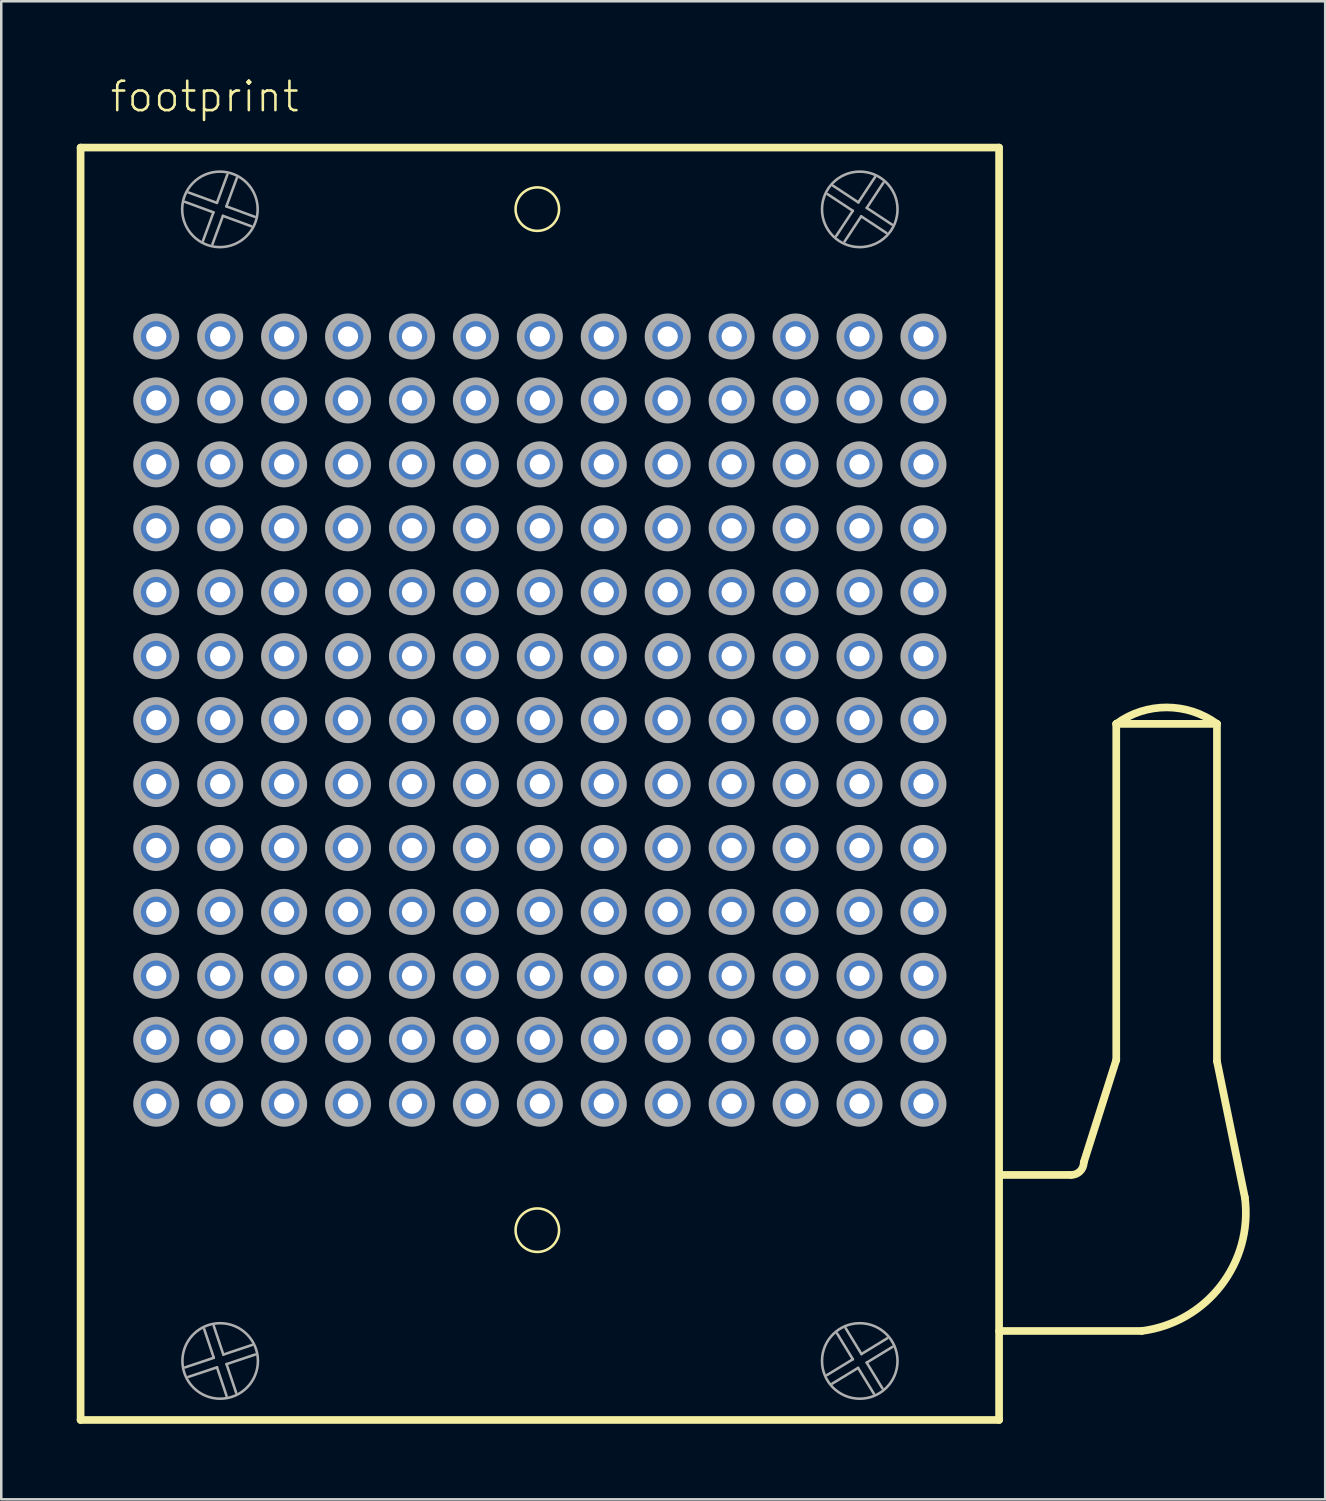
<source format=kicad_pcb>
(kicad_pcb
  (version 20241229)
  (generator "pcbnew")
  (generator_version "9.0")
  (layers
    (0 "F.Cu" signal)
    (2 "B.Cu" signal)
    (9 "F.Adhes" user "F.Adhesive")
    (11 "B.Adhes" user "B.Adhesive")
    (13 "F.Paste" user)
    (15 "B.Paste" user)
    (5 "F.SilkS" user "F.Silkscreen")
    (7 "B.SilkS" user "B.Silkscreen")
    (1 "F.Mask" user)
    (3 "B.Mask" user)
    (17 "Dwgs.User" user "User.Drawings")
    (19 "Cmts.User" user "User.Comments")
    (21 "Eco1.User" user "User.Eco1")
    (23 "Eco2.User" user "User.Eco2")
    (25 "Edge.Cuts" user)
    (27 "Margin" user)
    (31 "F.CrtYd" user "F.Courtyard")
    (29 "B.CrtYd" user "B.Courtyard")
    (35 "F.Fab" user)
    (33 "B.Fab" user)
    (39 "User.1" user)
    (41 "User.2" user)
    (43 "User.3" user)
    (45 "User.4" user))
  (footprint "footprint"
    (layer "F.Cu")
    (at 18.397 25.558)
    (property "Reference" "footprint" (at -17.135 -24.085 0) (layer "F.SilkS") (effects (font (size 1.168 1.168) (thickness 0.102)) (justify left bottom)))
    (fp_line (start -18.245 -22.745) (end 18.245 -22.745) (stroke (width 0.305) (type solid)) (layer "F.SilkS"))
    (fp_line (start -18.245 27.805) (end -18.245 -22.745) (stroke (width 0.305) (type solid)) (layer "F.SilkS"))
    (fp_line (start 18.245 -22.745) (end 18.245 27.805) (stroke (width 0.305) (type solid)) (layer "F.SilkS"))
    (fp_line (start 18.245 27.805) (end -18.245 27.805) (stroke (width 0.305) (type solid)) (layer "F.SilkS"))
    (fp_line (start 21.11 18.07) (end 18.346 18.07) (stroke (width 0.305) (type solid)) (layer "F.SilkS"))
    (fp_line (start 21.61 17.57) (end 22.9 13.5) (stroke (width 0.305) (type solid)) (layer "F.SilkS"))
    (fp_line (start 22.9 0.15) (end 26.9 0.15) (stroke (width 0.305) (type solid)) (layer "F.SilkS"))
    (fp_line (start 22.9 13.5) (end 22.9 0.15) (stroke (width 0.305) (type solid)) (layer "F.SilkS"))
    (fp_line (start 23.91 24.27) (end 18.246 24.27) (stroke (width 0.305) (type solid)) (layer "F.SilkS"))
    (fp_line (start 26.9 0.15) (end 26.9 13.55) (stroke (width 0.305) (type solid)) (layer "F.SilkS"))
    (fp_line (start 26.9 13.55) (end 28.01 18.97) (stroke (width 0.305) (type solid)) (layer "F.SilkS"))
    (fp_arc (start 21.61 17.57) (mid 21.463553 17.923553) (end 21.11 18.07) (stroke (width 0.3048) (type solid)) (layer "F.SilkS"))
    (fp_arc (start 22.9 0.15) (mid 24.9 -0.503325) (end 26.9 0.15) (stroke (width 0.3048) (type solid)) (layer "F.SilkS"))
    (fp_arc (start 28.01 18.97) (mid 27.057666 22.469138) (end 23.91 24.27) (stroke (width 0.3048) (type solid)) (layer "F.SilkS"))
    (fp_circle (center -0.1 -20.3) (end 0.764 -20.3) (stroke (width 0.102) (type solid)) (fill no) (layer "F.SilkS"))
    (fp_circle (center -0.1 20.265) (end 0.764 20.265) (stroke (width 0.102) (type solid)) (fill no) (layer "F.SilkS"))
    (fp_line (start -14.091 25.715) (end -12.953 25.334) (stroke (width 0.102) (type solid)) (layer "F.Fab"))
    (fp_line (start -13.955 -20.961) (end -12.829 -20.547) (stroke (width 0.102) (type solid)) (layer "F.Fab"))
    (fp_line (start -13.381 -19.045) (end -12.967 -20.171) (stroke (width 0.102) (type solid)) (layer "F.Fab"))
    (fp_line (start -12.967 -20.171) (end -14.093 -20.586) (stroke (width 0.102) (type solid)) (layer "F.Fab"))
    (fp_line (start -12.954 24.069) (end -12.574 25.207) (stroke (width 0.102) (type solid)) (layer "F.Fab"))
    (fp_line (start -12.953 25.334) (end -13.334 24.196) (stroke (width 0.102) (type solid)) (layer "F.Fab"))
    (fp_line (start -12.829 -20.547) (end -12.414 -21.673) (stroke (width 0.102) (type solid)) (layer "F.Fab"))
    (fp_line (start -12.826 25.713) (end -13.964 26.094) (stroke (width 0.102) (type solid)) (layer "F.Fab"))
    (fp_line (start -12.591 -20.033) (end -13.006 -18.907) (stroke (width 0.102) (type solid)) (layer "F.Fab"))
    (fp_line (start -12.574 25.207) (end -11.436 24.826) (stroke (width 0.102) (type solid)) (layer "F.Fab"))
    (fp_line (start -12.453 -20.409) (end -11.327 -19.994) (stroke (width 0.102) (type solid)) (layer "F.Fab"))
    (fp_line (start -12.447 25.586) (end -12.066 26.724) (stroke (width 0.102) (type solid)) (layer "F.Fab"))
    (fp_line (start -12.445 26.851) (end -12.826 25.713) (stroke (width 0.102) (type solid)) (layer "F.Fab"))
    (fp_line (start -12.039 -21.535) (end -12.453 -20.409) (stroke (width 0.102) (type solid)) (layer "F.Fab"))
    (fp_line (start -11.465 -19.619) (end -12.591 -20.033) (stroke (width 0.102) (type solid)) (layer "F.Fab"))
    (fp_line (start -11.309 25.205) (end -12.447 25.586) (stroke (width 0.102) (type solid)) (layer "F.Fab"))
    (fp_line (start 11.411 26.019) (end 12.435 25.393) (stroke (width 0.102) (type solid)) (layer "F.Fab"))
    (fp_line (start 11.651 -21.228) (end 12.653 -20.567) (stroke (width 0.102) (type solid)) (layer "F.Fab"))
    (fp_line (start 11.772 -19.231) (end 12.433 -20.233) (stroke (width 0.102) (type solid)) (layer "F.Fab"))
    (fp_line (start 12.151 24.161) (end 12.777 25.185) (stroke (width 0.102) (type solid)) (layer "F.Fab"))
    (fp_line (start 12.433 -20.233) (end 11.431 -20.894) (stroke (width 0.102) (type solid)) (layer "F.Fab"))
    (fp_line (start 12.435 25.393) (end 11.81 24.369) (stroke (width 0.102) (type solid)) (layer "F.Fab"))
    (fp_line (start 12.643 25.735) (end 11.619 26.36) (stroke (width 0.102) (type solid)) (layer "F.Fab"))
    (fp_line (start 12.653 -20.567) (end 13.314 -21.569) (stroke (width 0.102) (type solid)) (layer "F.Fab"))
    (fp_line (start 12.767 -20.013) (end 12.106 -19.011) (stroke (width 0.102) (type solid)) (layer "F.Fab"))
    (fp_line (start 12.777 25.185) (end 13.801 24.56) (stroke (width 0.102) (type solid)) (layer "F.Fab"))
    (fp_line (start 12.985 25.526) (end 13.61 26.551) (stroke (width 0.102) (type solid)) (layer "F.Fab"))
    (fp_line (start 12.987 -20.347) (end 13.989 -19.686) (stroke (width 0.102) (type solid)) (layer "F.Fab"))
    (fp_line (start 13.269 26.759) (end 12.643 25.735) (stroke (width 0.102) (type solid)) (layer "F.Fab"))
    (fp_line (start 13.648 -21.349) (end 12.987 -20.347) (stroke (width 0.102) (type solid)) (layer "F.Fab"))
    (fp_line (start 13.769 -19.352) (end 12.767 -20.013) (stroke (width 0.102) (type solid)) (layer "F.Fab"))
    (fp_line (start 14.009 24.901) (end 12.985 25.526) (stroke (width 0.102) (type solid)) (layer "F.Fab"))
    (fp_circle (center -15.24 -15.24) (end -14.478 -15.24) (stroke (width 0.305) (type solid)) (fill no) (layer "F.Fab"))
    (fp_circle (center -15.24 -12.7) (end -14.478 -12.7) (stroke (width 0.305) (type solid)) (fill no) (layer "F.Fab"))
    (fp_circle (center -15.24 -10.16) (end -14.478 -10.16) (stroke (width 0.305) (type solid)) (fill no) (layer "F.Fab"))
    (fp_circle (center -15.24 -7.62) (end -14.478 -7.62) (stroke (width 0.305) (type solid)) (fill no) (layer "F.Fab"))
    (fp_circle (center -15.24 -5.08) (end -14.478 -5.08) (stroke (width 0.305) (type solid)) (fill no) (layer "F.Fab"))
    (fp_circle (center -15.24 -2.54) (end -14.478 -2.54) (stroke (width 0.305) (type solid)) (fill no) (layer "F.Fab"))
    (fp_circle (center -15.24 0) (end -14.478 0) (stroke (width 0.305) (type solid)) (fill no) (layer "F.Fab"))
    (fp_circle (center -15.24 2.54) (end -14.478 2.54) (stroke (width 0.305) (type solid)) (fill no) (layer "F.Fab"))
    (fp_circle (center -15.24 5.08) (end -14.478 5.08) (stroke (width 0.305) (type solid)) (fill no) (layer "F.Fab"))
    (fp_circle (center -15.24 7.62) (end -14.478 7.62) (stroke (width 0.305) (type solid)) (fill no) (layer "F.Fab"))
    (fp_circle (center -15.24 10.16) (end -14.478 10.16) (stroke (width 0.305) (type solid)) (fill no) (layer "F.Fab"))
    (fp_circle (center -15.24 12.7) (end -14.478 12.7) (stroke (width 0.305) (type solid)) (fill no) (layer "F.Fab"))
    (fp_circle (center -15.24 15.24) (end -14.478 15.24) (stroke (width 0.305) (type solid)) (fill no) (layer "F.Fab"))
    (fp_circle (center -12.71 -20.29) (end -11.21 -20.29) (stroke (width 0.102) (type solid)) (fill no) (layer "F.Fab"))
    (fp_circle (center -12.7 -15.24) (end -11.938 -15.24) (stroke (width 0.305) (type solid)) (fill no) (layer "F.Fab"))
    (fp_circle (center -12.7 -12.7) (end -11.938 -12.7) (stroke (width 0.305) (type solid)) (fill no) (layer "F.Fab"))
    (fp_circle (center -12.7 -10.16) (end -11.938 -10.16) (stroke (width 0.305) (type solid)) (fill no) (layer "F.Fab"))
    (fp_circle (center -12.7 -7.62) (end -11.938 -7.62) (stroke (width 0.305) (type solid)) (fill no) (layer "F.Fab"))
    (fp_circle (center -12.7 -5.08) (end -11.938 -5.08) (stroke (width 0.305) (type solid)) (fill no) (layer "F.Fab"))
    (fp_circle (center -12.7 -2.54) (end -11.938 -2.54) (stroke (width 0.305) (type solid)) (fill no) (layer "F.Fab"))
    (fp_circle (center -12.7 0) (end -11.938 0) (stroke (width 0.305) (type solid)) (fill no) (layer "F.Fab"))
    (fp_circle (center -12.7 2.54) (end -11.938 2.54) (stroke (width 0.305) (type solid)) (fill no) (layer "F.Fab"))
    (fp_circle (center -12.7 5.08) (end -11.938 5.08) (stroke (width 0.305) (type solid)) (fill no) (layer "F.Fab"))
    (fp_circle (center -12.7 7.62) (end -11.938 7.62) (stroke (width 0.305) (type solid)) (fill no) (layer "F.Fab"))
    (fp_circle (center -12.7 10.16) (end -11.938 10.16) (stroke (width 0.305) (type solid)) (fill no) (layer "F.Fab"))
    (fp_circle (center -12.7 12.7) (end -11.938 12.7) (stroke (width 0.305) (type solid)) (fill no) (layer "F.Fab"))
    (fp_circle (center -12.7 15.24) (end -11.938 15.24) (stroke (width 0.305) (type solid)) (fill no) (layer "F.Fab"))
    (fp_circle (center -12.7 25.46) (end -11.2 25.46) (stroke (width 0.102) (type solid)) (fill no) (layer "F.Fab"))
    (fp_circle (center -10.16 -15.24) (end -9.398 -15.24) (stroke (width 0.305) (type solid)) (fill no) (layer "F.Fab"))
    (fp_circle (center -10.16 -12.7) (end -9.398 -12.7) (stroke (width 0.305) (type solid)) (fill no) (layer "F.Fab"))
    (fp_circle (center -10.16 -10.16) (end -9.398 -10.16) (stroke (width 0.305) (type solid)) (fill no) (layer "F.Fab"))
    (fp_circle (center -10.16 -7.62) (end -9.398 -7.62) (stroke (width 0.305) (type solid)) (fill no) (layer "F.Fab"))
    (fp_circle (center -10.16 -5.08) (end -9.398 -5.08) (stroke (width 0.305) (type solid)) (fill no) (layer "F.Fab"))
    (fp_circle (center -10.16 -2.54) (end -9.398 -2.54) (stroke (width 0.305) (type solid)) (fill no) (layer "F.Fab"))
    (fp_circle (center -10.16 0) (end -9.398 0) (stroke (width 0.305) (type solid)) (fill no) (layer "F.Fab"))
    (fp_circle (center -10.16 2.54) (end -9.398 2.54) (stroke (width 0.305) (type solid)) (fill no) (layer "F.Fab"))
    (fp_circle (center -10.16 5.08) (end -9.398 5.08) (stroke (width 0.305) (type solid)) (fill no) (layer "F.Fab"))
    (fp_circle (center -10.16 7.62) (end -9.398 7.62) (stroke (width 0.305) (type solid)) (fill no) (layer "F.Fab"))
    (fp_circle (center -10.16 10.16) (end -9.398 10.16) (stroke (width 0.305) (type solid)) (fill no) (layer "F.Fab"))
    (fp_circle (center -10.16 12.7) (end -9.398 12.7) (stroke (width 0.305) (type solid)) (fill no) (layer "F.Fab"))
    (fp_circle (center -10.16 15.24) (end -9.398 15.24) (stroke (width 0.305) (type solid)) (fill no) (layer "F.Fab"))
    (fp_circle (center -7.62 -15.24) (end -6.858 -15.24) (stroke (width 0.305) (type solid)) (fill no) (layer "F.Fab"))
    (fp_circle (center -7.62 -12.7) (end -6.858 -12.7) (stroke (width 0.305) (type solid)) (fill no) (layer "F.Fab"))
    (fp_circle (center -7.62 -10.16) (end -6.858 -10.16) (stroke (width 0.305) (type solid)) (fill no) (layer "F.Fab"))
    (fp_circle (center -7.62 -7.62) (end -6.858 -7.62) (stroke (width 0.305) (type solid)) (fill no) (layer "F.Fab"))
    (fp_circle (center -7.62 -5.08) (end -6.858 -5.08) (stroke (width 0.305) (type solid)) (fill no) (layer "F.Fab"))
    (fp_circle (center -7.62 -2.54) (end -6.858 -2.54) (stroke (width 0.305) (type solid)) (fill no) (layer "F.Fab"))
    (fp_circle (center -7.62 0) (end -6.858 0) (stroke (width 0.305) (type solid)) (fill no) (layer "F.Fab"))
    (fp_circle (center -7.62 2.54) (end -6.858 2.54) (stroke (width 0.305) (type solid)) (fill no) (layer "F.Fab"))
    (fp_circle (center -7.62 5.08) (end -6.858 5.08) (stroke (width 0.305) (type solid)) (fill no) (layer "F.Fab"))
    (fp_circle (center -7.62 7.62) (end -6.858 7.62) (stroke (width 0.305) (type solid)) (fill no) (layer "F.Fab"))
    (fp_circle (center -7.62 10.16) (end -6.858 10.16) (stroke (width 0.305) (type solid)) (fill no) (layer "F.Fab"))
    (fp_circle (center -7.62 12.7) (end -6.858 12.7) (stroke (width 0.305) (type solid)) (fill no) (layer "F.Fab"))
    (fp_circle (center -7.62 15.24) (end -6.858 15.24) (stroke (width 0.305) (type solid)) (fill no) (layer "F.Fab"))
    (fp_circle (center -5.08 -15.24) (end -4.318 -15.24) (stroke (width 0.305) (type solid)) (fill no) (layer "F.Fab"))
    (fp_circle (center -5.08 -12.7) (end -4.318 -12.7) (stroke (width 0.305) (type solid)) (fill no) (layer "F.Fab"))
    (fp_circle (center -5.08 -10.16) (end -4.318 -10.16) (stroke (width 0.305) (type solid)) (fill no) (layer "F.Fab"))
    (fp_circle (center -5.08 -7.62) (end -4.318 -7.62) (stroke (width 0.305) (type solid)) (fill no) (layer "F.Fab"))
    (fp_circle (center -5.08 -5.08) (end -4.318 -5.08) (stroke (width 0.305) (type solid)) (fill no) (layer "F.Fab"))
    (fp_circle (center -5.08 -2.54) (end -4.318 -2.54) (stroke (width 0.305) (type solid)) (fill no) (layer "F.Fab"))
    (fp_circle (center -5.08 0) (end -4.318 0) (stroke (width 0.305) (type solid)) (fill no) (layer "F.Fab"))
    (fp_circle (center -5.08 2.54) (end -4.318 2.54) (stroke (width 0.305) (type solid)) (fill no) (layer "F.Fab"))
    (fp_circle (center -5.08 5.08) (end -4.318 5.08) (stroke (width 0.305) (type solid)) (fill no) (layer "F.Fab"))
    (fp_circle (center -5.08 7.62) (end -4.318 7.62) (stroke (width 0.305) (type solid)) (fill no) (layer "F.Fab"))
    (fp_circle (center -5.08 10.16) (end -4.318 10.16) (stroke (width 0.305) (type solid)) (fill no) (layer "F.Fab"))
    (fp_circle (center -5.08 12.7) (end -4.318 12.7) (stroke (width 0.305) (type solid)) (fill no) (layer "F.Fab"))
    (fp_circle (center -5.08 15.24) (end -4.318 15.24) (stroke (width 0.305) (type solid)) (fill no) (layer "F.Fab"))
    (fp_circle (center -2.54 -15.24) (end -1.778 -15.24) (stroke (width 0.305) (type solid)) (fill no) (layer "F.Fab"))
    (fp_circle (center -2.54 -12.7) (end -1.778 -12.7) (stroke (width 0.305) (type solid)) (fill no) (layer "F.Fab"))
    (fp_circle (center -2.54 -10.16) (end -1.778 -10.16) (stroke (width 0.305) (type solid)) (fill no) (layer "F.Fab"))
    (fp_circle (center -2.54 -7.62) (end -1.778 -7.62) (stroke (width 0.305) (type solid)) (fill no) (layer "F.Fab"))
    (fp_circle (center -2.54 -5.08) (end -1.778 -5.08) (stroke (width 0.305) (type solid)) (fill no) (layer "F.Fab"))
    (fp_circle (center -2.54 -2.54) (end -1.778 -2.54) (stroke (width 0.305) (type solid)) (fill no) (layer "F.Fab"))
    (fp_circle (center -2.54 0) (end -1.778 0) (stroke (width 0.305) (type solid)) (fill no) (layer "F.Fab"))
    (fp_circle (center -2.54 2.54) (end -1.778 2.54) (stroke (width 0.305) (type solid)) (fill no) (layer "F.Fab"))
    (fp_circle (center -2.54 5.08) (end -1.778 5.08) (stroke (width 0.305) (type solid)) (fill no) (layer "F.Fab"))
    (fp_circle (center -2.54 7.62) (end -1.778 7.62) (stroke (width 0.305) (type solid)) (fill no) (layer "F.Fab"))
    (fp_circle (center -2.54 10.16) (end -1.778 10.16) (stroke (width 0.305) (type solid)) (fill no) (layer "F.Fab"))
    (fp_circle (center -2.54 12.7) (end -1.778 12.7) (stroke (width 0.305) (type solid)) (fill no) (layer "F.Fab"))
    (fp_circle (center -2.54 15.24) (end -1.778 15.24) (stroke (width 0.305) (type solid)) (fill no) (layer "F.Fab"))
    (fp_circle (center 0 -15.24) (end 0.762 -15.24) (stroke (width 0.305) (type solid)) (fill no) (layer "F.Fab"))
    (fp_circle (center 0 -12.7) (end 0.762 -12.7) (stroke (width 0.305) (type solid)) (fill no) (layer "F.Fab"))
    (fp_circle (center 0 -10.16) (end 0.762 -10.16) (stroke (width 0.305) (type solid)) (fill no) (layer "F.Fab"))
    (fp_circle (center 0 -7.62) (end 0.762 -7.62) (stroke (width 0.305) (type solid)) (fill no) (layer "F.Fab"))
    (fp_circle (center 0 -5.08) (end 0.762 -5.08) (stroke (width 0.305) (type solid)) (fill no) (layer "F.Fab"))
    (fp_circle (center 0 -2.54) (end 0.762 -2.54) (stroke (width 0.305) (type solid)) (fill no) (layer "F.Fab"))
    (fp_circle (center 0 0) (end 0.762 0) (stroke (width 0.305) (type solid)) (fill no) (layer "F.Fab"))
    (fp_circle (center 0 2.54) (end 0.762 2.54) (stroke (width 0.305) (type solid)) (fill no) (layer "F.Fab"))
    (fp_circle (center 0 5.08) (end 0.762 5.08) (stroke (width 0.305) (type solid)) (fill no) (layer "F.Fab"))
    (fp_circle (center 0 7.62) (end 0.762 7.62) (stroke (width 0.305) (type solid)) (fill no) (layer "F.Fab"))
    (fp_circle (center 0 10.16) (end 0.762 10.16) (stroke (width 0.305) (type solid)) (fill no) (layer "F.Fab"))
    (fp_circle (center 0 12.7) (end 0.762 12.7) (stroke (width 0.305) (type solid)) (fill no) (layer "F.Fab"))
    (fp_circle (center 0 15.24) (end 0.762 15.24) (stroke (width 0.305) (type solid)) (fill no) (layer "F.Fab"))
    (fp_circle (center 2.54 -15.24) (end 3.302 -15.24) (stroke (width 0.305) (type solid)) (fill no) (layer "F.Fab"))
    (fp_circle (center 2.54 -12.7) (end 3.302 -12.7) (stroke (width 0.305) (type solid)) (fill no) (layer "F.Fab"))
    (fp_circle (center 2.54 -10.16) (end 3.302 -10.16) (stroke (width 0.305) (type solid)) (fill no) (layer "F.Fab"))
    (fp_circle (center 2.54 -7.62) (end 3.302 -7.62) (stroke (width 0.305) (type solid)) (fill no) (layer "F.Fab"))
    (fp_circle (center 2.54 -5.08) (end 3.302 -5.08) (stroke (width 0.305) (type solid)) (fill no) (layer "F.Fab"))
    (fp_circle (center 2.54 -2.54) (end 3.302 -2.54) (stroke (width 0.305) (type solid)) (fill no) (layer "F.Fab"))
    (fp_circle (center 2.54 0) (end 3.302 0) (stroke (width 0.305) (type solid)) (fill no) (layer "F.Fab"))
    (fp_circle (center 2.54 2.54) (end 3.302 2.54) (stroke (width 0.305) (type solid)) (fill no) (layer "F.Fab"))
    (fp_circle (center 2.54 5.08) (end 3.302 5.08) (stroke (width 0.305) (type solid)) (fill no) (layer "F.Fab"))
    (fp_circle (center 2.54 7.62) (end 3.302 7.62) (stroke (width 0.305) (type solid)) (fill no) (layer "F.Fab"))
    (fp_circle (center 2.54 10.16) (end 3.302 10.16) (stroke (width 0.305) (type solid)) (fill no) (layer "F.Fab"))
    (fp_circle (center 2.54 12.7) (end 3.302 12.7) (stroke (width 0.305) (type solid)) (fill no) (layer "F.Fab"))
    (fp_circle (center 2.54 15.24) (end 3.302 15.24) (stroke (width 0.305) (type solid)) (fill no) (layer "F.Fab"))
    (fp_circle (center 5.08 -15.24) (end 5.842 -15.24) (stroke (width 0.305) (type solid)) (fill no) (layer "F.Fab"))
    (fp_circle (center 5.08 -12.7) (end 5.842 -12.7) (stroke (width 0.305) (type solid)) (fill no) (layer "F.Fab"))
    (fp_circle (center 5.08 -10.16) (end 5.842 -10.16) (stroke (width 0.305) (type solid)) (fill no) (layer "F.Fab"))
    (fp_circle (center 5.08 -7.62) (end 5.842 -7.62) (stroke (width 0.305) (type solid)) (fill no) (layer "F.Fab"))
    (fp_circle (center 5.08 -5.08) (end 5.842 -5.08) (stroke (width 0.305) (type solid)) (fill no) (layer "F.Fab"))
    (fp_circle (center 5.08 -2.54) (end 5.842 -2.54) (stroke (width 0.305) (type solid)) (fill no) (layer "F.Fab"))
    (fp_circle (center 5.08 0) (end 5.842 0) (stroke (width 0.305) (type solid)) (fill no) (layer "F.Fab"))
    (fp_circle (center 5.08 2.54) (end 5.842 2.54) (stroke (width 0.305) (type solid)) (fill no) (layer "F.Fab"))
    (fp_circle (center 5.08 5.08) (end 5.842 5.08) (stroke (width 0.305) (type solid)) (fill no) (layer "F.Fab"))
    (fp_circle (center 5.08 7.62) (end 5.842 7.62) (stroke (width 0.305) (type solid)) (fill no) (layer "F.Fab"))
    (fp_circle (center 5.08 10.16) (end 5.842 10.16) (stroke (width 0.305) (type solid)) (fill no) (layer "F.Fab"))
    (fp_circle (center 5.08 12.7) (end 5.842 12.7) (stroke (width 0.305) (type solid)) (fill no) (layer "F.Fab"))
    (fp_circle (center 5.08 15.24) (end 5.842 15.24) (stroke (width 0.305) (type solid)) (fill no) (layer "F.Fab"))
    (fp_circle (center 7.62 -15.24) (end 8.382 -15.24) (stroke (width 0.305) (type solid)) (fill no) (layer "F.Fab"))
    (fp_circle (center 7.62 -12.7) (end 8.382 -12.7) (stroke (width 0.305) (type solid)) (fill no) (layer "F.Fab"))
    (fp_circle (center 7.62 -10.16) (end 8.382 -10.16) (stroke (width 0.305) (type solid)) (fill no) (layer "F.Fab"))
    (fp_circle (center 7.62 -7.62) (end 8.382 -7.62) (stroke (width 0.305) (type solid)) (fill no) (layer "F.Fab"))
    (fp_circle (center 7.62 -5.08) (end 8.382 -5.08) (stroke (width 0.305) (type solid)) (fill no) (layer "F.Fab"))
    (fp_circle (center 7.62 -2.54) (end 8.382 -2.54) (stroke (width 0.305) (type solid)) (fill no) (layer "F.Fab"))
    (fp_circle (center 7.62 0) (end 8.382 0) (stroke (width 0.305) (type solid)) (fill no) (layer "F.Fab"))
    (fp_circle (center 7.62 2.54) (end 8.382 2.54) (stroke (width 0.305) (type solid)) (fill no) (layer "F.Fab"))
    (fp_circle (center 7.62 5.08) (end 8.382 5.08) (stroke (width 0.305) (type solid)) (fill no) (layer "F.Fab"))
    (fp_circle (center 7.62 7.62) (end 8.382 7.62) (stroke (width 0.305) (type solid)) (fill no) (layer "F.Fab"))
    (fp_circle (center 7.62 10.16) (end 8.382 10.16) (stroke (width 0.305) (type solid)) (fill no) (layer "F.Fab"))
    (fp_circle (center 7.62 12.7) (end 8.382 12.7) (stroke (width 0.305) (type solid)) (fill no) (layer "F.Fab"))
    (fp_circle (center 7.62 15.24) (end 8.382 15.24) (stroke (width 0.305) (type solid)) (fill no) (layer "F.Fab"))
    (fp_circle (center 10.16 -15.24) (end 10.922 -15.24) (stroke (width 0.305) (type solid)) (fill no) (layer "F.Fab"))
    (fp_circle (center 10.16 -12.7) (end 10.922 -12.7) (stroke (width 0.305) (type solid)) (fill no) (layer "F.Fab"))
    (fp_circle (center 10.16 -10.16) (end 10.922 -10.16) (stroke (width 0.305) (type solid)) (fill no) (layer "F.Fab"))
    (fp_circle (center 10.16 -7.62) (end 10.922 -7.62) (stroke (width 0.305) (type solid)) (fill no) (layer "F.Fab"))
    (fp_circle (center 10.16 -5.08) (end 10.922 -5.08) (stroke (width 0.305) (type solid)) (fill no) (layer "F.Fab"))
    (fp_circle (center 10.16 -2.54) (end 10.922 -2.54) (stroke (width 0.305) (type solid)) (fill no) (layer "F.Fab"))
    (fp_circle (center 10.16 0) (end 10.922 0) (stroke (width 0.305) (type solid)) (fill no) (layer "F.Fab"))
    (fp_circle (center 10.16 2.54) (end 10.922 2.54) (stroke (width 0.305) (type solid)) (fill no) (layer "F.Fab"))
    (fp_circle (center 10.16 5.08) (end 10.922 5.08) (stroke (width 0.305) (type solid)) (fill no) (layer "F.Fab"))
    (fp_circle (center 10.16 7.62) (end 10.922 7.62) (stroke (width 0.305) (type solid)) (fill no) (layer "F.Fab"))
    (fp_circle (center 10.16 10.16) (end 10.922 10.16) (stroke (width 0.305) (type solid)) (fill no) (layer "F.Fab"))
    (fp_circle (center 10.16 12.7) (end 10.922 12.7) (stroke (width 0.305) (type solid)) (fill no) (layer "F.Fab"))
    (fp_circle (center 10.16 15.24) (end 10.922 15.24) (stroke (width 0.305) (type solid)) (fill no) (layer "F.Fab"))
    (fp_circle (center 12.7 -15.24) (end 13.462 -15.24) (stroke (width 0.305) (type solid)) (fill no) (layer "F.Fab"))
    (fp_circle (center 12.7 -12.7) (end 13.462 -12.7) (stroke (width 0.305) (type solid)) (fill no) (layer "F.Fab"))
    (fp_circle (center 12.7 -10.16) (end 13.462 -10.16) (stroke (width 0.305) (type solid)) (fill no) (layer "F.Fab"))
    (fp_circle (center 12.7 -7.62) (end 13.462 -7.62) (stroke (width 0.305) (type solid)) (fill no) (layer "F.Fab"))
    (fp_circle (center 12.7 -5.08) (end 13.462 -5.08) (stroke (width 0.305) (type solid)) (fill no) (layer "F.Fab"))
    (fp_circle (center 12.7 -2.54) (end 13.462 -2.54) (stroke (width 0.305) (type solid)) (fill no) (layer "F.Fab"))
    (fp_circle (center 12.7 0) (end 13.462 0) (stroke (width 0.305) (type solid)) (fill no) (layer "F.Fab"))
    (fp_circle (center 12.7 2.54) (end 13.462 2.54) (stroke (width 0.305) (type solid)) (fill no) (layer "F.Fab"))
    (fp_circle (center 12.7 5.08) (end 13.462 5.08) (stroke (width 0.305) (type solid)) (fill no) (layer "F.Fab"))
    (fp_circle (center 12.7 7.62) (end 13.462 7.62) (stroke (width 0.305) (type solid)) (fill no) (layer "F.Fab"))
    (fp_circle (center 12.7 10.16) (end 13.462 10.16) (stroke (width 0.305) (type solid)) (fill no) (layer "F.Fab"))
    (fp_circle (center 12.7 12.7) (end 13.462 12.7) (stroke (width 0.305) (type solid)) (fill no) (layer "F.Fab"))
    (fp_circle (center 12.7 15.24) (end 13.462 15.24) (stroke (width 0.305) (type solid)) (fill no) (layer "F.Fab"))
    (fp_circle (center 12.71 -20.29) (end 14.21 -20.29) (stroke (width 0.102) (type solid)) (fill no) (layer "F.Fab"))
    (fp_circle (center 12.71 25.46) (end 14.21 25.46) (stroke (width 0.102) (type solid)) (fill no) (layer "F.Fab"))
    (fp_circle (center 15.24 -15.24) (end 16.002 -15.24) (stroke (width 0.305) (type solid)) (fill no) (layer "F.Fab"))
    (fp_circle (center 15.24 -12.7) (end 16.002 -12.7) (stroke (width 0.305) (type solid)) (fill no) (layer "F.Fab"))
    (fp_circle (center 15.24 -10.16) (end 16.002 -10.16) (stroke (width 0.305) (type solid)) (fill no) (layer "F.Fab"))
    (fp_circle (center 15.24 -7.62) (end 16.002 -7.62) (stroke (width 0.305) (type solid)) (fill no) (layer "F.Fab"))
    (fp_circle (center 15.24 -5.08) (end 16.002 -5.08) (stroke (width 0.305) (type solid)) (fill no) (layer "F.Fab"))
    (fp_circle (center 15.24 -2.54) (end 16.002 -2.54) (stroke (width 0.305) (type solid)) (fill no) (layer "F.Fab"))
    (fp_circle (center 15.24 0) (end 16.002 0) (stroke (width 0.305) (type solid)) (fill no) (layer "F.Fab"))
    (fp_circle (center 15.24 2.54) (end 16.002 2.54) (stroke (width 0.305) (type solid)) (fill no) (layer "F.Fab"))
    (fp_circle (center 15.24 5.08) (end 16.002 5.08) (stroke (width 0.305) (type solid)) (fill no) (layer "F.Fab"))
    (fp_circle (center 15.24 7.62) (end 16.002 7.62) (stroke (width 0.305) (type solid)) (fill no) (layer "F.Fab"))
    (fp_circle (center 15.24 10.16) (end 16.002 10.16) (stroke (width 0.305) (type solid)) (fill no) (layer "F.Fab"))
    (fp_circle (center 15.24 12.7) (end 16.002 12.7) (stroke (width 0.305) (type solid)) (fill no) (layer "F.Fab"))
    (fp_circle (center 15.24 15.24) (end 16.002 15.24) (stroke (width 0.305) (type solid)) (fill no) (layer "F.Fab"))
    (pad "A1" thru_hole circle (at -15.24 -15.24) (size 1.4 1.4) (drill 0.8) (layers "*.Cu" "*.Mask"))
    (pad "A2" thru_hole circle (at -12.7 -15.24) (size 1.4 1.4) (drill 0.8) (layers "*.Cu" "*.Mask"))
    (pad "A3" thru_hole circle (at -10.16 -15.24) (size 1.4 1.4) (drill 0.8) (layers "*.Cu" "*.Mask"))
    (pad "A4" thru_hole circle (at -7.62 -15.24) (size 1.4 1.4) (drill 0.8) (layers "*.Cu" "*.Mask"))
    (pad "A5" thru_hole circle (at -5.08 -15.24) (size 1.4 1.4) (drill 0.8) (layers "*.Cu" "*.Mask"))
    (pad "A6" thru_hole circle (at -2.54 -15.24) (size 1.4 1.4) (drill 0.8) (layers "*.Cu" "*.Mask"))
    (pad "A7" thru_hole circle (at 0 -15.24) (size 1.4 1.4) (drill 0.8) (layers "*.Cu" "*.Mask"))
    (pad "A8" thru_hole circle (at 2.54 -15.24) (size 1.4 1.4) (drill 0.8) (layers "*.Cu" "*.Mask"))
    (pad "A9" thru_hole circle (at 5.08 -15.24) (size 1.4 1.4) (drill 0.8) (layers "*.Cu" "*.Mask"))
    (pad "A10" thru_hole circle (at 7.62 -15.24) (size 1.4 1.4) (drill 0.8) (layers "*.Cu" "*.Mask"))
    (pad "A11" thru_hole circle (at 10.16 -15.24) (size 1.4 1.4) (drill 0.8) (layers "*.Cu" "*.Mask"))
    (pad "A12" thru_hole circle (at 12.7 -15.24) (size 1.4 1.4) (drill 0.8) (layers "*.Cu" "*.Mask"))
    (pad "A13" thru_hole circle (at 15.24 -15.24) (size 1.4 1.4) (drill 0.8) (layers "*.Cu" "*.Mask"))
    (pad "B1" thru_hole circle (at -15.24 -12.7) (size 1.4 1.4) (drill 0.8) (layers "*.Cu" "*.Mask"))
    (pad "B2" thru_hole circle (at -12.7 -12.7) (size 1.4 1.4) (drill 0.8) (layers "*.Cu" "*.Mask"))
    (pad "B3" thru_hole circle (at -10.16 -12.7) (size 1.4 1.4) (drill 0.8) (layers "*.Cu" "*.Mask"))
    (pad "B4" thru_hole circle (at -7.62 -12.7) (size 1.4 1.4) (drill 0.8) (layers "*.Cu" "*.Mask"))
    (pad "B5" thru_hole circle (at -5.08 -12.7) (size 1.4 1.4) (drill 0.8) (layers "*.Cu" "*.Mask"))
    (pad "B6" thru_hole circle (at -2.54 -12.7) (size 1.4 1.4) (drill 0.8) (layers "*.Cu" "*.Mask"))
    (pad "B7" thru_hole circle (at 0 -12.7) (size 1.4 1.4) (drill 0.8) (layers "*.Cu" "*.Mask"))
    (pad "B8" thru_hole circle (at 2.54 -12.7) (size 1.4 1.4) (drill 0.8) (layers "*.Cu" "*.Mask"))
    (pad "B9" thru_hole circle (at 5.08 -12.7) (size 1.4 1.4) (drill 0.8) (layers "*.Cu" "*.Mask"))
    (pad "B10" thru_hole circle (at 7.62 -12.7) (size 1.4 1.4) (drill 0.8) (layers "*.Cu" "*.Mask"))
    (pad "B11" thru_hole circle (at 10.16 -12.7) (size 1.4 1.4) (drill 0.8) (layers "*.Cu" "*.Mask"))
    (pad "B12" thru_hole circle (at 12.7 -12.7) (size 1.4 1.4) (drill 0.8) (layers "*.Cu" "*.Mask"))
    (pad "B13" thru_hole circle (at 15.24 -12.7) (size 1.4 1.4) (drill 0.8) (layers "*.Cu" "*.Mask"))
    (pad "C1" thru_hole circle (at -15.24 -10.16) (size 1.4 1.4) (drill 0.8) (layers "*.Cu" "*.Mask"))
    (pad "C2" thru_hole circle (at -12.7 -10.16) (size 1.4 1.4) (drill 0.8) (layers "*.Cu" "*.Mask"))
    (pad "C3" thru_hole circle (at -10.16 -10.16) (size 1.4 1.4) (drill 0.8) (layers "*.Cu" "*.Mask"))
    (pad "C4" thru_hole circle (at -7.62 -10.16) (size 1.4 1.4) (drill 0.8) (layers "*.Cu" "*.Mask"))
    (pad "C5" thru_hole circle (at -5.08 -10.16) (size 1.4 1.4) (drill 0.8) (layers "*.Cu" "*.Mask"))
    (pad "C6" thru_hole circle (at -2.54 -10.16) (size 1.4 1.4) (drill 0.8) (layers "*.Cu" "*.Mask"))
    (pad "C7" thru_hole circle (at 0 -10.16) (size 1.4 1.4) (drill 0.8) (layers "*.Cu" "*.Mask"))
    (pad "C8" thru_hole circle (at 2.54 -10.16) (size 1.4 1.4) (drill 0.8) (layers "*.Cu" "*.Mask"))
    (pad "C9" thru_hole circle (at 5.08 -10.16) (size 1.4 1.4) (drill 0.8) (layers "*.Cu" "*.Mask"))
    (pad "C10" thru_hole circle (at 7.62 -10.16) (size 1.4 1.4) (drill 0.8) (layers "*.Cu" "*.Mask"))
    (pad "C11" thru_hole circle (at 10.16 -10.16) (size 1.4 1.4) (drill 0.8) (layers "*.Cu" "*.Mask"))
    (pad "C12" thru_hole circle (at 12.7 -10.16) (size 1.4 1.4) (drill 0.8) (layers "*.Cu" "*.Mask"))
    (pad "C13" thru_hole circle (at 15.24 -10.16) (size 1.4 1.4) (drill 0.8) (layers "*.Cu" "*.Mask"))
    (pad "D1" thru_hole circle (at -15.24 -7.62) (size 1.4 1.4) (drill 0.8) (layers "*.Cu" "*.Mask"))
    (pad "D2" thru_hole circle (at -12.7 -7.62) (size 1.4 1.4) (drill 0.8) (layers "*.Cu" "*.Mask"))
    (pad "D3" thru_hole circle (at -10.16 -7.62) (size 1.4 1.4) (drill 0.8) (layers "*.Cu" "*.Mask"))
    (pad "D4" thru_hole circle (at -7.62 -7.62) (size 1.4 1.4) (drill 0.8) (layers "*.Cu" "*.Mask"))
    (pad "D5" thru_hole circle (at -5.08 -7.62) (size 1.4 1.4) (drill 0.8) (layers "*.Cu" "*.Mask"))
    (pad "D6" thru_hole circle (at -2.54 -7.62) (size 1.4 1.4) (drill 0.8) (layers "*.Cu" "*.Mask"))
    (pad "D7" thru_hole circle (at 0 -7.62) (size 1.4 1.4) (drill 0.8) (layers "*.Cu" "*.Mask"))
    (pad "D8" thru_hole circle (at 2.54 -7.62) (size 1.4 1.4) (drill 0.8) (layers "*.Cu" "*.Mask"))
    (pad "D9" thru_hole circle (at 5.08 -7.62) (size 1.4 1.4) (drill 0.8) (layers "*.Cu" "*.Mask"))
    (pad "D10" thru_hole circle (at 7.62 -7.62) (size 1.4 1.4) (drill 0.8) (layers "*.Cu" "*.Mask"))
    (pad "D11" thru_hole circle (at 10.16 -7.62) (size 1.4 1.4) (drill 0.8) (layers "*.Cu" "*.Mask"))
    (pad "D12" thru_hole circle (at 12.7 -7.62) (size 1.4 1.4) (drill 0.8) (layers "*.Cu" "*.Mask"))
    (pad "D13" thru_hole circle (at 15.24 -7.62) (size 1.4 1.4) (drill 0.8) (layers "*.Cu" "*.Mask"))
    (pad "E1" thru_hole circle (at -15.24 -5.08) (size 1.4 1.4) (drill 0.8) (layers "*.Cu" "*.Mask"))
    (pad "E2" thru_hole circle (at -12.7 -5.08) (size 1.4 1.4) (drill 0.8) (layers "*.Cu" "*.Mask"))
    (pad "E3" thru_hole circle (at -10.16 -5.08) (size 1.4 1.4) (drill 0.8) (layers "*.Cu" "*.Mask"))
    (pad "E4" thru_hole circle (at -7.62 -5.08) (size 1.4 1.4) (drill 0.8) (layers "*.Cu" "*.Mask"))
    (pad "E5" thru_hole circle (at -5.08 -5.08) (size 1.4 1.4) (drill 0.8) (layers "*.Cu" "*.Mask"))
    (pad "E6" thru_hole circle (at -2.54 -5.08) (size 1.4 1.4) (drill 0.8) (layers "*.Cu" "*.Mask"))
    (pad "E7" thru_hole circle (at 0 -5.08) (size 1.4 1.4) (drill 0.8) (layers "*.Cu" "*.Mask"))
    (pad "E8" thru_hole circle (at 2.54 -5.08) (size 1.4 1.4) (drill 0.8) (layers "*.Cu" "*.Mask"))
    (pad "E9" thru_hole circle (at 5.08 -5.08) (size 1.4 1.4) (drill 0.8) (layers "*.Cu" "*.Mask"))
    (pad "E10" thru_hole circle (at 7.62 -5.08) (size 1.4 1.4) (drill 0.8) (layers "*.Cu" "*.Mask"))
    (pad "E11" thru_hole circle (at 10.16 -5.08) (size 1.4 1.4) (drill 0.8) (layers "*.Cu" "*.Mask"))
    (pad "E12" thru_hole circle (at 12.7 -5.08) (size 1.4 1.4) (drill 0.8) (layers "*.Cu" "*.Mask"))
    (pad "E13" thru_hole circle (at 15.24 -5.08) (size 1.4 1.4) (drill 0.8) (layers "*.Cu" "*.Mask"))
    (pad "F1" thru_hole circle (at -15.24 -2.54) (size 1.4 1.4) (drill 0.8) (layers "*.Cu" "*.Mask"))
    (pad "F2" thru_hole circle (at -12.7 -2.54) (size 1.4 1.4) (drill 0.8) (layers "*.Cu" "*.Mask"))
    (pad "F3" thru_hole circle (at -10.16 -2.54) (size 1.4 1.4) (drill 0.8) (layers "*.Cu" "*.Mask"))
    (pad "F4" thru_hole circle (at -7.62 -2.54) (size 1.4 1.4) (drill 0.8) (layers "*.Cu" "*.Mask"))
    (pad "F5" thru_hole circle (at -5.08 -2.54) (size 1.4 1.4) (drill 0.8) (layers "*.Cu" "*.Mask"))
    (pad "F6" thru_hole circle (at -2.54 -2.54) (size 1.4 1.4) (drill 0.8) (layers "*.Cu" "*.Mask"))
    (pad "F7" thru_hole circle (at 0 -2.54) (size 1.4 1.4) (drill 0.8) (layers "*.Cu" "*.Mask"))
    (pad "F8" thru_hole circle (at 2.54 -2.54) (size 1.4 1.4) (drill 0.8) (layers "*.Cu" "*.Mask"))
    (pad "F9" thru_hole circle (at 5.08 -2.54) (size 1.4 1.4) (drill 0.8) (layers "*.Cu" "*.Mask"))
    (pad "F10" thru_hole circle (at 7.62 -2.54) (size 1.4 1.4) (drill 0.8) (layers "*.Cu" "*.Mask"))
    (pad "F11" thru_hole circle (at 10.16 -2.54) (size 1.4 1.4) (drill 0.8) (layers "*.Cu" "*.Mask"))
    (pad "F12" thru_hole circle (at 12.7 -2.54) (size 1.4 1.4) (drill 0.8) (layers "*.Cu" "*.Mask"))
    (pad "F13" thru_hole circle (at 15.24 -2.54) (size 1.4 1.4) (drill 0.8) (layers "*.Cu" "*.Mask"))
    (pad "G1" thru_hole circle (at -15.24 0) (size 1.4 1.4) (drill 0.8) (layers "*.Cu" "*.Mask"))
    (pad "G2" thru_hole circle (at -12.7 0) (size 1.4 1.4) (drill 0.8) (layers "*.Cu" "*.Mask"))
    (pad "G3" thru_hole circle (at -10.16 0) (size 1.4 1.4) (drill 0.8) (layers "*.Cu" "*.Mask"))
    (pad "G4" thru_hole circle (at -7.62 0) (size 1.4 1.4) (drill 0.8) (layers "*.Cu" "*.Mask"))
    (pad "G5" thru_hole circle (at -5.08 0) (size 1.4 1.4) (drill 0.8) (layers "*.Cu" "*.Mask"))
    (pad "G6" thru_hole circle (at -2.54 0) (size 1.4 1.4) (drill 0.8) (layers "*.Cu" "*.Mask"))
    (pad "G7" thru_hole circle (at 0 0) (size 1.4 1.4) (drill 0.8) (layers "*.Cu" "*.Mask"))
    (pad "G8" thru_hole circle (at 2.54 0) (size 1.4 1.4) (drill 0.8) (layers "*.Cu" "*.Mask"))
    (pad "G9" thru_hole circle (at 5.08 0) (size 1.4 1.4) (drill 0.8) (layers "*.Cu" "*.Mask"))
    (pad "G10" thru_hole circle (at 7.62 0) (size 1.4 1.4) (drill 0.8) (layers "*.Cu" "*.Mask"))
    (pad "G11" thru_hole circle (at 10.16 0) (size 1.4 1.4) (drill 0.8) (layers "*.Cu" "*.Mask"))
    (pad "G12" thru_hole circle (at 12.7 0) (size 1.4 1.4) (drill 0.8) (layers "*.Cu" "*.Mask"))
    (pad "G13" thru_hole circle (at 15.24 0) (size 1.4 1.4) (drill 0.8) (layers "*.Cu" "*.Mask"))
    (pad "H1" thru_hole circle (at -15.24 2.54) (size 1.4 1.4) (drill 0.8) (layers "*.Cu" "*.Mask"))
    (pad "H2" thru_hole circle (at -12.7 2.54) (size 1.4 1.4) (drill 0.8) (layers "*.Cu" "*.Mask"))
    (pad "H3" thru_hole circle (at -10.16 2.54) (size 1.4 1.4) (drill 0.8) (layers "*.Cu" "*.Mask"))
    (pad "H4" thru_hole circle (at -7.62 2.54) (size 1.4 1.4) (drill 0.8) (layers "*.Cu" "*.Mask"))
    (pad "H5" thru_hole circle (at -5.08 2.54) (size 1.4 1.4) (drill 0.8) (layers "*.Cu" "*.Mask"))
    (pad "H6" thru_hole circle (at -2.54 2.54) (size 1.4 1.4) (drill 0.8) (layers "*.Cu" "*.Mask"))
    (pad "H7" thru_hole circle (at 0 2.54) (size 1.4 1.4) (drill 0.8) (layers "*.Cu" "*.Mask"))
    (pad "H8" thru_hole circle (at 2.54 2.54) (size 1.4 1.4) (drill 0.8) (layers "*.Cu" "*.Mask"))
    (pad "H9" thru_hole circle (at 5.08 2.54) (size 1.4 1.4) (drill 0.8) (layers "*.Cu" "*.Mask"))
    (pad "H10" thru_hole circle (at 7.62 2.54) (size 1.4 1.4) (drill 0.8) (layers "*.Cu" "*.Mask"))
    (pad "H11" thru_hole circle (at 10.16 2.54) (size 1.4 1.4) (drill 0.8) (layers "*.Cu" "*.Mask"))
    (pad "H12" thru_hole circle (at 12.7 2.54) (size 1.4 1.4) (drill 0.8) (layers "*.Cu" "*.Mask"))
    (pad "H13" thru_hole circle (at 15.24 2.54) (size 1.4 1.4) (drill 0.8) (layers "*.Cu" "*.Mask"))
    (pad "J1" thru_hole circle (at -15.24 5.08) (size 1.4 1.4) (drill 0.8) (layers "*.Cu" "*.Mask"))
    (pad "J2" thru_hole circle (at -12.7 5.08) (size 1.4 1.4) (drill 0.8) (layers "*.Cu" "*.Mask"))
    (pad "J3" thru_hole circle (at -10.16 5.08) (size 1.4 1.4) (drill 0.8) (layers "*.Cu" "*.Mask"))
    (pad "J4" thru_hole circle (at -7.62 5.08) (size 1.4 1.4) (drill 0.8) (layers "*.Cu" "*.Mask"))
    (pad "J5" thru_hole circle (at -5.08 5.08) (size 1.4 1.4) (drill 0.8) (layers "*.Cu" "*.Mask"))
    (pad "J6" thru_hole circle (at -2.54 5.08) (size 1.4 1.4) (drill 0.8) (layers "*.Cu" "*.Mask"))
    (pad "J7" thru_hole circle (at 0 5.08) (size 1.4 1.4) (drill 0.8) (layers "*.Cu" "*.Mask"))
    (pad "J8" thru_hole circle (at 2.54 5.08) (size 1.4 1.4) (drill 0.8) (layers "*.Cu" "*.Mask"))
    (pad "J9" thru_hole circle (at 5.08 5.08) (size 1.4 1.4) (drill 0.8) (layers "*.Cu" "*.Mask"))
    (pad "J10" thru_hole circle (at 7.62 5.08) (size 1.4 1.4) (drill 0.8) (layers "*.Cu" "*.Mask"))
    (pad "J11" thru_hole circle (at 10.16 5.08) (size 1.4 1.4) (drill 0.8) (layers "*.Cu" "*.Mask"))
    (pad "J12" thru_hole circle (at 12.7 5.08) (size 1.4 1.4) (drill 0.8) (layers "*.Cu" "*.Mask"))
    (pad "J13" thru_hole circle (at 15.24 5.08) (size 1.4 1.4) (drill 0.8) (layers "*.Cu" "*.Mask"))
    (pad "K1" thru_hole circle (at -15.24 7.62) (size 1.4 1.4) (drill 0.8) (layers "*.Cu" "*.Mask"))
    (pad "K2" thru_hole circle (at -12.7 7.62) (size 1.4 1.4) (drill 0.8) (layers "*.Cu" "*.Mask"))
    (pad "K3" thru_hole circle (at -10.16 7.62) (size 1.4 1.4) (drill 0.8) (layers "*.Cu" "*.Mask"))
    (pad "K4" thru_hole circle (at -7.62 7.62) (size 1.4 1.4) (drill 0.8) (layers "*.Cu" "*.Mask"))
    (pad "K5" thru_hole circle (at -5.08 7.62) (size 1.4 1.4) (drill 0.8) (layers "*.Cu" "*.Mask"))
    (pad "K6" thru_hole circle (at -2.54 7.62) (size 1.4 1.4) (drill 0.8) (layers "*.Cu" "*.Mask"))
    (pad "K7" thru_hole circle (at 0 7.62) (size 1.4 1.4) (drill 0.8) (layers "*.Cu" "*.Mask"))
    (pad "K8" thru_hole circle (at 2.54 7.62) (size 1.4 1.4) (drill 0.8) (layers "*.Cu" "*.Mask"))
    (pad "K9" thru_hole circle (at 5.08 7.62) (size 1.4 1.4) (drill 0.8) (layers "*.Cu" "*.Mask"))
    (pad "K10" thru_hole circle (at 7.62 7.62) (size 1.4 1.4) (drill 0.8) (layers "*.Cu" "*.Mask"))
    (pad "K11" thru_hole circle (at 10.16 7.62) (size 1.4 1.4) (drill 0.8) (layers "*.Cu" "*.Mask"))
    (pad "K12" thru_hole circle (at 12.7 7.62) (size 1.4 1.4) (drill 0.8) (layers "*.Cu" "*.Mask"))
    (pad "K13" thru_hole circle (at 15.24 7.62) (size 1.4 1.4) (drill 0.8) (layers "*.Cu" "*.Mask"))
    (pad "L1" thru_hole circle (at -15.24 10.16) (size 1.4 1.4) (drill 0.8) (layers "*.Cu" "*.Mask"))
    (pad "L2" thru_hole circle (at -12.7 10.16) (size 1.4 1.4) (drill 0.8) (layers "*.Cu" "*.Mask"))
    (pad "L3" thru_hole circle (at -10.16 10.16) (size 1.4 1.4) (drill 0.8) (layers "*.Cu" "*.Mask"))
    (pad "L4" thru_hole circle (at -7.62 10.16) (size 1.4 1.4) (drill 0.8) (layers "*.Cu" "*.Mask"))
    (pad "L5" thru_hole circle (at -5.08 10.16) (size 1.4 1.4) (drill 0.8) (layers "*.Cu" "*.Mask"))
    (pad "L6" thru_hole circle (at -2.54 10.16) (size 1.4 1.4) (drill 0.8) (layers "*.Cu" "*.Mask"))
    (pad "L7" thru_hole circle (at 0 10.16) (size 1.4 1.4) (drill 0.8) (layers "*.Cu" "*.Mask"))
    (pad "L8" thru_hole circle (at 2.54 10.16) (size 1.4 1.4) (drill 0.8) (layers "*.Cu" "*.Mask"))
    (pad "L9" thru_hole circle (at 5.08 10.16) (size 1.4 1.4) (drill 0.8) (layers "*.Cu" "*.Mask"))
    (pad "L10" thru_hole circle (at 7.62 10.16) (size 1.4 1.4) (drill 0.8) (layers "*.Cu" "*.Mask"))
    (pad "L11" thru_hole circle (at 10.16 10.16) (size 1.4 1.4) (drill 0.8) (layers "*.Cu" "*.Mask"))
    (pad "L12" thru_hole circle (at 12.7 10.16) (size 1.4 1.4) (drill 0.8) (layers "*.Cu" "*.Mask"))
    (pad "L13" thru_hole circle (at 15.24 10.16) (size 1.4 1.4) (drill 0.8) (layers "*.Cu" "*.Mask"))
    (pad "M1" thru_hole circle (at -15.24 12.7) (size 1.4 1.4) (drill 0.8) (layers "*.Cu" "*.Mask"))
    (pad "M2" thru_hole circle (at -12.7 12.7) (size 1.4 1.4) (drill 0.8) (layers "*.Cu" "*.Mask"))
    (pad "M3" thru_hole circle (at -10.16 12.7) (size 1.4 1.4) (drill 0.8) (layers "*.Cu" "*.Mask"))
    (pad "M4" thru_hole circle (at -7.62 12.7) (size 1.4 1.4) (drill 0.8) (layers "*.Cu" "*.Mask"))
    (pad "M5" thru_hole circle (at -5.08 12.7) (size 1.4 1.4) (drill 0.8) (layers "*.Cu" "*.Mask"))
    (pad "M6" thru_hole circle (at -2.54 12.7) (size 1.4 1.4) (drill 0.8) (layers "*.Cu" "*.Mask"))
    (pad "M7" thru_hole circle (at 0 12.7) (size 1.4 1.4) (drill 0.8) (layers "*.Cu" "*.Mask"))
    (pad "M8" thru_hole circle (at 2.54 12.7) (size 1.4 1.4) (drill 0.8) (layers "*.Cu" "*.Mask"))
    (pad "M9" thru_hole circle (at 5.08 12.7) (size 1.4 1.4) (drill 0.8) (layers "*.Cu" "*.Mask"))
    (pad "M10" thru_hole circle (at 7.62 12.7) (size 1.4 1.4) (drill 0.8) (layers "*.Cu" "*.Mask"))
    (pad "M11" thru_hole circle (at 10.16 12.7) (size 1.4 1.4) (drill 0.8) (layers "*.Cu" "*.Mask"))
    (pad "M12" thru_hole circle (at 12.7 12.7) (size 1.4 1.4) (drill 0.8) (layers "*.Cu" "*.Mask"))
    (pad "M13" thru_hole circle (at 15.24 12.7) (size 1.4 1.4) (drill 0.8) (layers "*.Cu" "*.Mask"))
    (pad "N1" thru_hole circle (at -15.24 15.24) (size 1.4 1.4) (drill 0.8) (layers "*.Cu" "*.Mask"))
    (pad "N2" thru_hole circle (at -12.7 15.24) (size 1.4 1.4) (drill 0.8) (layers "*.Cu" "*.Mask"))
    (pad "N3" thru_hole circle (at -10.16 15.24) (size 1.4 1.4) (drill 0.8) (layers "*.Cu" "*.Mask"))
    (pad "N4" thru_hole circle (at -7.62 15.24) (size 1.4 1.4) (drill 0.8) (layers "*.Cu" "*.Mask"))
    (pad "N5" thru_hole circle (at -5.08 15.24) (size 1.4 1.4) (drill 0.8) (layers "*.Cu" "*.Mask"))
    (pad "N6" thru_hole circle (at -2.54 15.24) (size 1.4 1.4) (drill 0.8) (layers "*.Cu" "*.Mask"))
    (pad "N7" thru_hole circle (at 0 15.24) (size 1.4 1.4) (drill 0.8) (layers "*.Cu" "*.Mask"))
    (pad "N8" thru_hole circle (at 2.54 15.24) (size 1.4 1.4) (drill 0.8) (layers "*.Cu" "*.Mask"))
    (pad "N9" thru_hole circle (at 5.08 15.24) (size 1.4 1.4) (drill 0.8) (layers "*.Cu" "*.Mask"))
    (pad "N10" thru_hole circle (at 7.62 15.24) (size 1.4 1.4) (drill 0.8) (layers "*.Cu" "*.Mask"))
    (pad "N11" thru_hole circle (at 10.16 15.24) (size 1.4 1.4) (drill 0.8) (layers "*.Cu" "*.Mask"))
    (pad "N12" thru_hole circle (at 12.7 15.24) (size 1.4 1.4) (drill 0.8) (layers "*.Cu" "*.Mask"))
    (pad "N13" thru_hole circle (at 15.24 15.24) (size 1.4 1.4) (drill 0.8) (layers "*.Cu" "*.Mask")))
  (gr_rect
    (start -3 -3)
    (end 49.598 56.516)
    (stroke (width 0.1) (type default))
    (fill no)
    (layer "Edge.Cuts")))
</source>
